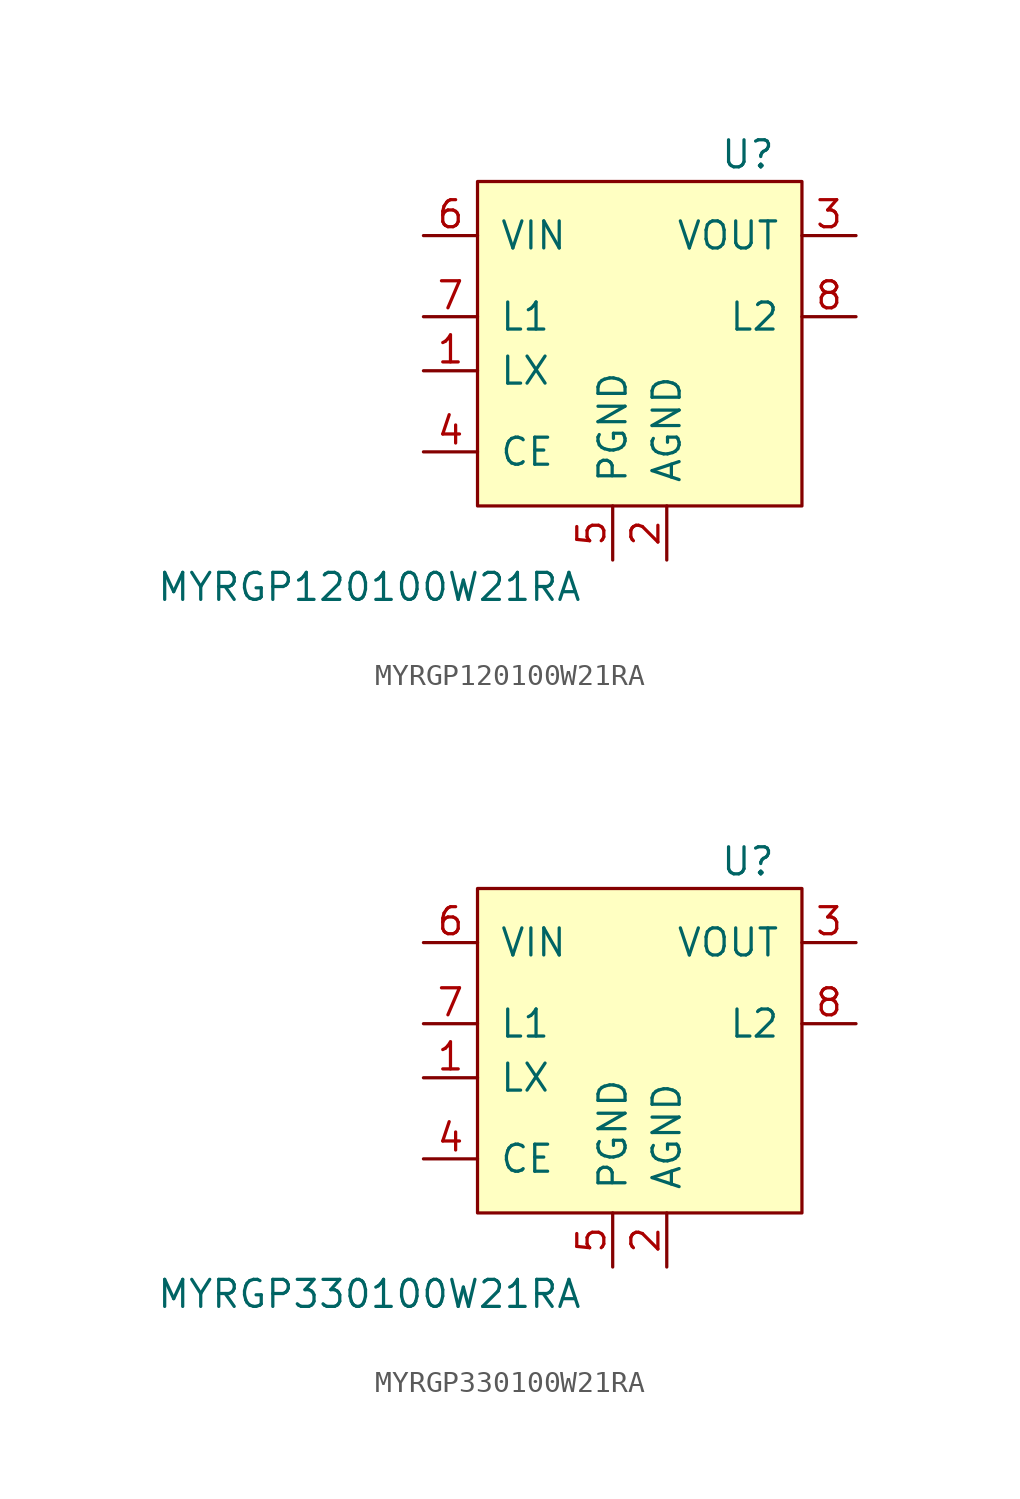
<source format=kicad_sym>
(kicad_symbol_lib
  (version 20211014)
  (generator kicad_symbol_editor)
  (symbol "MYRGP120100W21RA"
    (pin_names
      (offset 1.016))
    (property "Reference" "U"
      (at 5.08 8.89 0)
      (effects (font (size 1.27 1.27))))
    (property "Value" "MYRGP120100W21RA"
      (at -12.7 -11.43 0)
      (effects (font (size 1.27 1.27))))
    (symbol "MYRGP120100W21RA_0_1"
      (rectangle (start -7.62 7.62) (end 7.62 -7.62) (stroke (width 0) (type default) (color 0 0 0 0)) (fill (type background))))
    (symbol "MYRGP120100W21RA_1_1"
      (pin input line (at -10.16 -1.27 0) (length 2.54) (name "LX" (effects (font (size 1.27 1.27)))) (number "1" (effects (font (size 1.27 1.27)))))
      (pin power_in line (at 1.27 -10.16 90) (length 2.54) (name "AGND" (effects (font (size 1.27 1.27)))) (number "2" (effects (font (size 1.27 1.27)))))
      (pin power_out line (at 10.16 5.08 180) (length 2.54) (name "VOUT" (effects (font (size 1.27 1.27)))) (number "3" (effects (font (size 1.27 1.27)))))
      (pin input line (at -10.16 -5.08 0) (length 2.54) (name "CE" (effects (font (size 1.27 1.27)))) (number "4" (effects (font (size 1.27 1.27)))))
      (pin power_in line (at -1.27 -10.16 90) (length 2.54) (name "PGND" (effects (font (size 1.27 1.27)))) (number "5" (effects (font (size 1.27 1.27)))))
      (pin power_in line (at -10.16 5.08 0) (length 2.54) (name "VIN" (effects (font (size 1.27 1.27)))) (number "6" (effects (font (size 1.27 1.27)))))
      (pin passive line (at -10.16 1.27 0) (length 2.54) (name "L1" (effects (font (size 1.27 1.27)))) (number "7" (effects (font (size 1.27 1.27)))))
      (pin passive line (at 10.16 1.27 180) (length 2.54) (name "L2" (effects (font (size 1.27 1.27)))) (number "8" (effects (font (size 1.27 1.27)))))
      (pin passive line (at 1.27 -10.16 90) (length 2.54) hide (name "GND" (effects (font (size 1.27 1.27)))) (number "9" (effects (font (size 1.27 1.27)))))))
  (symbol "MYRGP330100W21RA"
    (pin_names
      (offset 1.016))
    (property "Reference" "U"
      (at 5.08 8.89 0)
      (effects (font (size 1.27 1.27))))
    (property "Value" "MYRGP330100W21RA"
      (at -12.7 -11.43 0)
      (effects (font (size 1.27 1.27))))
    (symbol "MYRGP330100W21RA_0_1"
      (rectangle (start -7.62 7.62) (end 7.62 -7.62) (stroke (width 0) (type default) (color 0 0 0 0)) (fill (type background))))
    (symbol "MYRGP330100W21RA_1_1"
      (pin input line (at -10.16 -1.27 0) (length 2.54) (name "LX" (effects (font (size 1.27 1.27)))) (number "1" (effects (font (size 1.27 1.27)))))
      (pin power_in line (at 1.27 -10.16 90) (length 2.54) (name "AGND" (effects (font (size 1.27 1.27)))) (number "2" (effects (font (size 1.27 1.27)))))
      (pin power_out line (at 10.16 5.08 180) (length 2.54) (name "VOUT" (effects (font (size 1.27 1.27)))) (number "3" (effects (font (size 1.27 1.27)))))
      (pin input line (at -10.16 -5.08 0) (length 2.54) (name "CE" (effects (font (size 1.27 1.27)))) (number "4" (effects (font (size 1.27 1.27)))))
      (pin power_in line (at -1.27 -10.16 90) (length 2.54) (name "PGND" (effects (font (size 1.27 1.27)))) (number "5" (effects (font (size 1.27 1.27)))))
      (pin power_in line (at -10.16 5.08 0) (length 2.54) (name "VIN" (effects (font (size 1.27 1.27)))) (number "6" (effects (font (size 1.27 1.27)))))
      (pin passive line (at -10.16 1.27 0) (length 2.54) (name "L1" (effects (font (size 1.27 1.27)))) (number "7" (effects (font (size 1.27 1.27)))))
      (pin passive line (at 10.16 1.27 180) (length 2.54) (name "L2" (effects (font (size 1.27 1.27)))) (number "8" (effects (font (size 1.27 1.27)))))
      (pin passive line (at 1.27 -10.16 90) (length 2.54) hide (name "GND" (effects (font (size 1.27 1.27)))) (number "9" (effects (font (size 1.27 1.27))))))))
</source>
